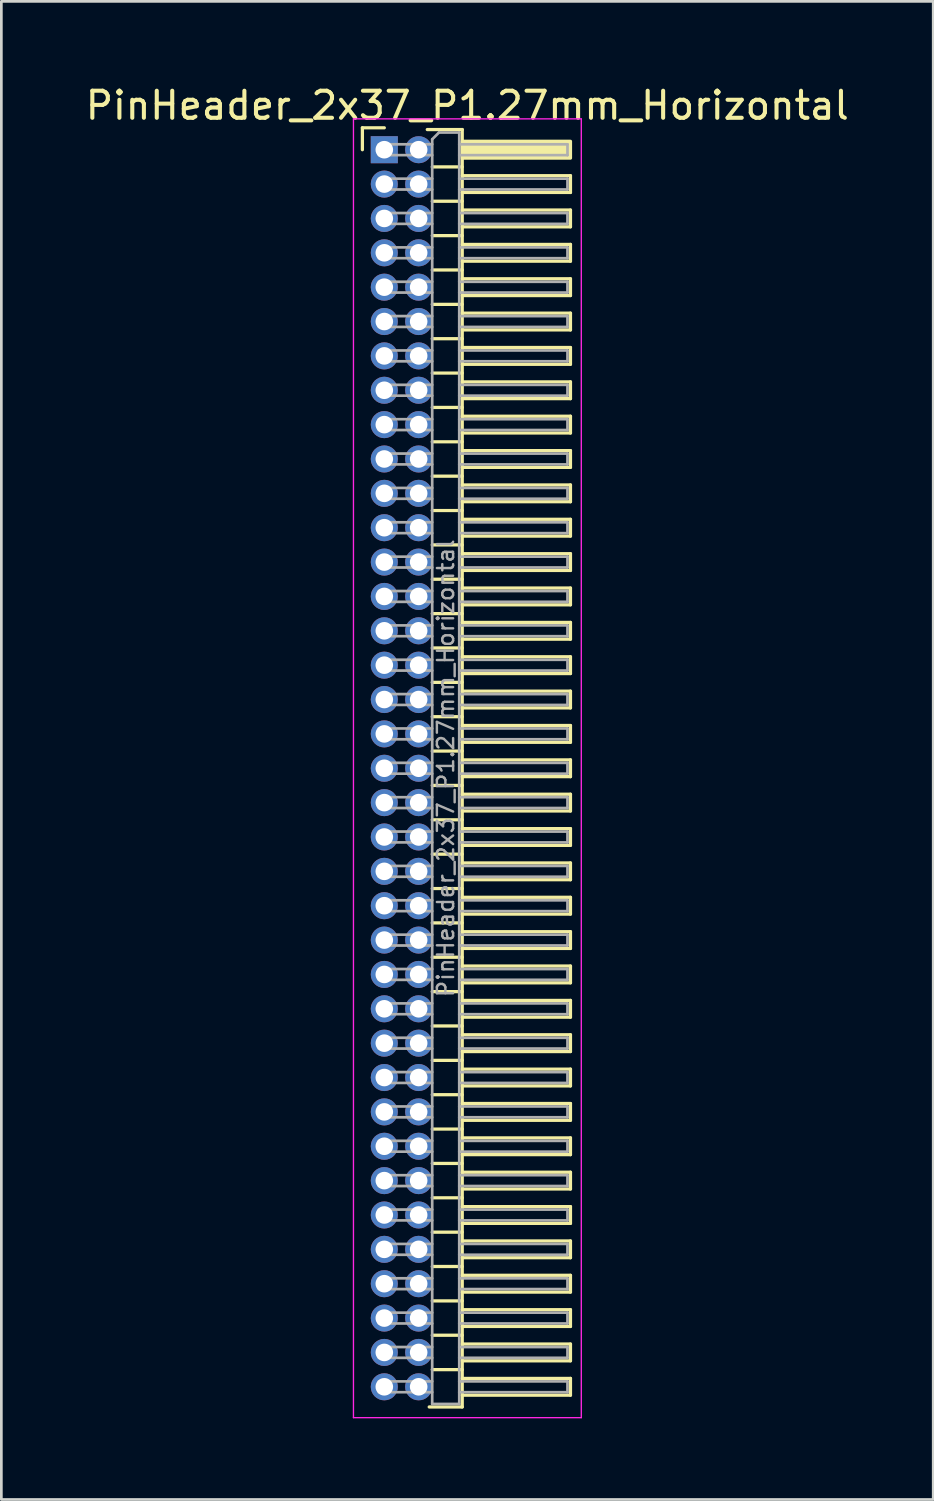
<source format=kicad_pcb>
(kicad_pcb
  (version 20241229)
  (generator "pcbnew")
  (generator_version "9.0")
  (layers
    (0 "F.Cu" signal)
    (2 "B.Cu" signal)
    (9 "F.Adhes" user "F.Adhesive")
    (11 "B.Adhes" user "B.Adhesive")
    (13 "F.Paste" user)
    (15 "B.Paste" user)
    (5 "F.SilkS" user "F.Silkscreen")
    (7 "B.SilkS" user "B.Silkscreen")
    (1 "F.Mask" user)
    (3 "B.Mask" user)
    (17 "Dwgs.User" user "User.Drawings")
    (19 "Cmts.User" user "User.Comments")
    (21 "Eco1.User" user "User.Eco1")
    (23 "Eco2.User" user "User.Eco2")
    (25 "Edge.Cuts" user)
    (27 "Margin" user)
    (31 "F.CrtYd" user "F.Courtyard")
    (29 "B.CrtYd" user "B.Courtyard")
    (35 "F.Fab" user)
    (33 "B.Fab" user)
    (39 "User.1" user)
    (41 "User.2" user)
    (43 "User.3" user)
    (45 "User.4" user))
  (footprint "PinHeader_2x37_P1.27mm_Horizontal"
    (layer "F.Cu")
    (at 11.153 2.483)
    (property "Reference" "PinHeader_2x37_P1.27mm_Horizontal" (at 3.067 -1.635 0) (layer "F.SilkS") (effects (font (size 1 1) (thickness 0.15))))
    (attr through_hole)
    (fp_line (start -0.81 -0.81) (end 0 -0.81) (stroke (width 0.12) (type solid)) (layer "F.SilkS"))
    (fp_line (start -0.81 0) (end -0.81 -0.81) (stroke (width 0.12) (type solid)) (layer "F.SilkS"))
    (fp_line (start 1.588 -0.745) (end 2.88 -0.745) (stroke (width 0.12) (type solid)) (layer "F.SilkS"))
    (fp_line (start 1.773 0.635) (end 2.88 0.635) (stroke (width 0.12) (type solid)) (layer "F.SilkS"))
    (fp_line (start 1.773 1.905) (end 2.88 1.905) (stroke (width 0.12) (type solid)) (layer "F.SilkS"))
    (fp_line (start 1.773 3.175) (end 2.88 3.175) (stroke (width 0.12) (type solid)) (layer "F.SilkS"))
    (fp_line (start 1.773 4.445) (end 2.88 4.445) (stroke (width 0.12) (type solid)) (layer "F.SilkS"))
    (fp_line (start 1.773 5.715) (end 2.88 5.715) (stroke (width 0.12) (type solid)) (layer "F.SilkS"))
    (fp_line (start 1.773 6.985) (end 2.88 6.985) (stroke (width 0.12) (type solid)) (layer "F.SilkS"))
    (fp_line (start 1.773 8.255) (end 2.88 8.255) (stroke (width 0.12) (type solid)) (layer "F.SilkS"))
    (fp_line (start 1.773 9.525) (end 2.88 9.525) (stroke (width 0.12) (type solid)) (layer "F.SilkS"))
    (fp_line (start 1.773 10.795) (end 2.88 10.795) (stroke (width 0.12) (type solid)) (layer "F.SilkS"))
    (fp_line (start 1.773 12.065) (end 2.88 12.065) (stroke (width 0.12) (type solid)) (layer "F.SilkS"))
    (fp_line (start 1.773 13.335) (end 2.88 13.335) (stroke (width 0.12) (type solid)) (layer "F.SilkS"))
    (fp_line (start 1.773 14.605) (end 2.88 14.605) (stroke (width 0.12) (type solid)) (layer "F.SilkS"))
    (fp_line (start 1.773 15.875) (end 2.88 15.875) (stroke (width 0.12) (type solid)) (layer "F.SilkS"))
    (fp_line (start 1.773 17.145) (end 2.88 17.145) (stroke (width 0.12) (type solid)) (layer "F.SilkS"))
    (fp_line (start 1.773 18.415) (end 2.88 18.415) (stroke (width 0.12) (type solid)) (layer "F.SilkS"))
    (fp_line (start 1.773 19.685) (end 2.88 19.685) (stroke (width 0.12) (type solid)) (layer "F.SilkS"))
    (fp_line (start 1.773 20.955) (end 2.88 20.955) (stroke (width 0.12) (type solid)) (layer "F.SilkS"))
    (fp_line (start 1.773 22.225) (end 2.88 22.225) (stroke (width 0.12) (type solid)) (layer "F.SilkS"))
    (fp_line (start 1.773 23.495) (end 2.88 23.495) (stroke (width 0.12) (type solid)) (layer "F.SilkS"))
    (fp_line (start 1.773 24.765) (end 2.88 24.765) (stroke (width 0.12) (type solid)) (layer "F.SilkS"))
    (fp_line (start 1.773 26.035) (end 2.88 26.035) (stroke (width 0.12) (type solid)) (layer "F.SilkS"))
    (fp_line (start 1.773 27.305) (end 2.88 27.305) (stroke (width 0.12) (type solid)) (layer "F.SilkS"))
    (fp_line (start 1.773 28.575) (end 2.88 28.575) (stroke (width 0.12) (type solid)) (layer "F.SilkS"))
    (fp_line (start 1.773 29.845) (end 2.88 29.845) (stroke (width 0.12) (type solid)) (layer "F.SilkS"))
    (fp_line (start 1.773 31.115) (end 2.88 31.115) (stroke (width 0.12) (type solid)) (layer "F.SilkS"))
    (fp_line (start 1.773 32.385) (end 2.88 32.385) (stroke (width 0.12) (type solid)) (layer "F.SilkS"))
    (fp_line (start 1.773 33.655) (end 2.88 33.655) (stroke (width 0.12) (type solid)) (layer "F.SilkS"))
    (fp_line (start 1.773 34.925) (end 2.88 34.925) (stroke (width 0.12) (type solid)) (layer "F.SilkS"))
    (fp_line (start 1.773 36.195) (end 2.88 36.195) (stroke (width 0.12) (type solid)) (layer "F.SilkS"))
    (fp_line (start 1.773 37.465) (end 2.88 37.465) (stroke (width 0.12) (type solid)) (layer "F.SilkS"))
    (fp_line (start 1.773 38.735) (end 2.88 38.735) (stroke (width 0.12) (type solid)) (layer "F.SilkS"))
    (fp_line (start 1.773 40.005) (end 2.88 40.005) (stroke (width 0.12) (type solid)) (layer "F.SilkS"))
    (fp_line (start 1.773 41.275) (end 2.88 41.275) (stroke (width 0.12) (type solid)) (layer "F.SilkS"))
    (fp_line (start 1.773 42.545) (end 2.88 42.545) (stroke (width 0.12) (type solid)) (layer "F.SilkS"))
    (fp_line (start 1.773 43.815) (end 2.88 43.815) (stroke (width 0.12) (type solid)) (layer "F.SilkS"))
    (fp_line (start 1.773 45.085) (end 2.88 45.085) (stroke (width 0.12) (type solid)) (layer "F.SilkS"))
    (fp_line (start 2.88 -0.745) (end 2.88 46.465) (stroke (width 0.12) (type solid)) (layer "F.SilkS"))
    (fp_line (start 2.88 0.96) (end 6.88 0.96) (stroke (width 0.12) (type solid)) (layer "F.SilkS"))
    (fp_line (start 2.88 2.23) (end 6.88 2.23) (stroke (width 0.12) (type solid)) (layer "F.SilkS"))
    (fp_line (start 2.88 3.5) (end 6.88 3.5) (stroke (width 0.12) (type solid)) (layer "F.SilkS"))
    (fp_line (start 2.88 4.77) (end 6.88 4.77) (stroke (width 0.12) (type solid)) (layer "F.SilkS"))
    (fp_line (start 2.88 6.04) (end 6.88 6.04) (stroke (width 0.12) (type solid)) (layer "F.SilkS"))
    (fp_line (start 2.88 7.31) (end 6.88 7.31) (stroke (width 0.12) (type solid)) (layer "F.SilkS"))
    (fp_line (start 2.88 8.58) (end 6.88 8.58) (stroke (width 0.12) (type solid)) (layer "F.SilkS"))
    (fp_line (start 2.88 9.85) (end 6.88 9.85) (stroke (width 0.12) (type solid)) (layer "F.SilkS"))
    (fp_line (start 2.88 11.12) (end 6.88 11.12) (stroke (width 0.12) (type solid)) (layer "F.SilkS"))
    (fp_line (start 2.88 12.39) (end 6.88 12.39) (stroke (width 0.12) (type solid)) (layer "F.SilkS"))
    (fp_line (start 2.88 13.66) (end 6.88 13.66) (stroke (width 0.12) (type solid)) (layer "F.SilkS"))
    (fp_line (start 2.88 14.93) (end 6.88 14.93) (stroke (width 0.12) (type solid)) (layer "F.SilkS"))
    (fp_line (start 2.88 16.2) (end 6.88 16.2) (stroke (width 0.12) (type solid)) (layer "F.SilkS"))
    (fp_line (start 2.88 17.47) (end 6.88 17.47) (stroke (width 0.12) (type solid)) (layer "F.SilkS"))
    (fp_line (start 2.88 18.74) (end 6.88 18.74) (stroke (width 0.12) (type solid)) (layer "F.SilkS"))
    (fp_line (start 2.88 20.01) (end 6.88 20.01) (stroke (width 0.12) (type solid)) (layer "F.SilkS"))
    (fp_line (start 2.88 21.28) (end 6.88 21.28) (stroke (width 0.12) (type solid)) (layer "F.SilkS"))
    (fp_line (start 2.88 22.55) (end 6.88 22.55) (stroke (width 0.12) (type solid)) (layer "F.SilkS"))
    (fp_line (start 2.88 23.82) (end 6.88 23.82) (stroke (width 0.12) (type solid)) (layer "F.SilkS"))
    (fp_line (start 2.88 25.09) (end 6.88 25.09) (stroke (width 0.12) (type solid)) (layer "F.SilkS"))
    (fp_line (start 2.88 26.36) (end 6.88 26.36) (stroke (width 0.12) (type solid)) (layer "F.SilkS"))
    (fp_line (start 2.88 27.63) (end 6.88 27.63) (stroke (width 0.12) (type solid)) (layer "F.SilkS"))
    (fp_line (start 2.88 28.9) (end 6.88 28.9) (stroke (width 0.12) (type solid)) (layer "F.SilkS"))
    (fp_line (start 2.88 30.17) (end 6.88 30.17) (stroke (width 0.12) (type solid)) (layer "F.SilkS"))
    (fp_line (start 2.88 31.44) (end 6.88 31.44) (stroke (width 0.12) (type solid)) (layer "F.SilkS"))
    (fp_line (start 2.88 32.71) (end 6.88 32.71) (stroke (width 0.12) (type solid)) (layer "F.SilkS"))
    (fp_line (start 2.88 33.98) (end 6.88 33.98) (stroke (width 0.12) (type solid)) (layer "F.SilkS"))
    (fp_line (start 2.88 35.25) (end 6.88 35.25) (stroke (width 0.12) (type solid)) (layer "F.SilkS"))
    (fp_line (start 2.88 36.52) (end 6.88 36.52) (stroke (width 0.12) (type solid)) (layer "F.SilkS"))
    (fp_line (start 2.88 37.79) (end 6.88 37.79) (stroke (width 0.12) (type solid)) (layer "F.SilkS"))
    (fp_line (start 2.88 39.06) (end 6.88 39.06) (stroke (width 0.12) (type solid)) (layer "F.SilkS"))
    (fp_line (start 2.88 40.33) (end 6.88 40.33) (stroke (width 0.12) (type solid)) (layer "F.SilkS"))
    (fp_line (start 2.88 41.6) (end 6.88 41.6) (stroke (width 0.12) (type solid)) (layer "F.SilkS"))
    (fp_line (start 2.88 42.87) (end 6.88 42.87) (stroke (width 0.12) (type solid)) (layer "F.SilkS"))
    (fp_line (start 2.88 44.14) (end 6.88 44.14) (stroke (width 0.12) (type solid)) (layer "F.SilkS"))
    (fp_line (start 2.88 45.41) (end 6.88 45.41) (stroke (width 0.12) (type solid)) (layer "F.SilkS"))
    (fp_line (start 2.88 46.465) (end 1.66 46.465) (stroke (width 0.12) (type solid)) (layer "F.SilkS"))
    (fp_line (start 6.88 0.96) (end 6.88 1.58) (stroke (width 0.12) (type solid)) (layer "F.SilkS"))
    (fp_line (start 6.88 1.58) (end 2.88 1.58) (stroke (width 0.12) (type solid)) (layer "F.SilkS"))
    (fp_line (start 6.88 2.23) (end 6.88 2.85) (stroke (width 0.12) (type solid)) (layer "F.SilkS"))
    (fp_line (start 6.88 2.85) (end 2.88 2.85) (stroke (width 0.12) (type solid)) (layer "F.SilkS"))
    (fp_line (start 6.88 3.5) (end 6.88 4.12) (stroke (width 0.12) (type solid)) (layer "F.SilkS"))
    (fp_line (start 6.88 4.12) (end 2.88 4.12) (stroke (width 0.12) (type solid)) (layer "F.SilkS"))
    (fp_line (start 6.88 4.77) (end 6.88 5.39) (stroke (width 0.12) (type solid)) (layer "F.SilkS"))
    (fp_line (start 6.88 5.39) (end 2.88 5.39) (stroke (width 0.12) (type solid)) (layer "F.SilkS"))
    (fp_line (start 6.88 6.04) (end 6.88 6.66) (stroke (width 0.12) (type solid)) (layer "F.SilkS"))
    (fp_line (start 6.88 6.66) (end 2.88 6.66) (stroke (width 0.12) (type solid)) (layer "F.SilkS"))
    (fp_line (start 6.88 7.31) (end 6.88 7.93) (stroke (width 0.12) (type solid)) (layer "F.SilkS"))
    (fp_line (start 6.88 7.93) (end 2.88 7.93) (stroke (width 0.12) (type solid)) (layer "F.SilkS"))
    (fp_line (start 6.88 8.58) (end 6.88 9.2) (stroke (width 0.12) (type solid)) (layer "F.SilkS"))
    (fp_line (start 6.88 9.2) (end 2.88 9.2) (stroke (width 0.12) (type solid)) (layer "F.SilkS"))
    (fp_line (start 6.88 9.85) (end 6.88 10.47) (stroke (width 0.12) (type solid)) (layer "F.SilkS"))
    (fp_line (start 6.88 10.47) (end 2.88 10.47) (stroke (width 0.12) (type solid)) (layer "F.SilkS"))
    (fp_line (start 6.88 11.12) (end 6.88 11.74) (stroke (width 0.12) (type solid)) (layer "F.SilkS"))
    (fp_line (start 6.88 11.74) (end 2.88 11.74) (stroke (width 0.12) (type solid)) (layer "F.SilkS"))
    (fp_line (start 6.88 12.39) (end 6.88 13.01) (stroke (width 0.12) (type solid)) (layer "F.SilkS"))
    (fp_line (start 6.88 13.01) (end 2.88 13.01) (stroke (width 0.12) (type solid)) (layer "F.SilkS"))
    (fp_line (start 6.88 13.66) (end 6.88 14.28) (stroke (width 0.12) (type solid)) (layer "F.SilkS"))
    (fp_line (start 6.88 14.28) (end 2.88 14.28) (stroke (width 0.12) (type solid)) (layer "F.SilkS"))
    (fp_line (start 6.88 14.93) (end 6.88 15.55) (stroke (width 0.12) (type solid)) (layer "F.SilkS"))
    (fp_line (start 6.88 15.55) (end 2.88 15.55) (stroke (width 0.12) (type solid)) (layer "F.SilkS"))
    (fp_line (start 6.88 16.2) (end 6.88 16.82) (stroke (width 0.12) (type solid)) (layer "F.SilkS"))
    (fp_line (start 6.88 16.82) (end 2.88 16.82) (stroke (width 0.12) (type solid)) (layer "F.SilkS"))
    (fp_line (start 6.88 17.47) (end 6.88 18.09) (stroke (width 0.12) (type solid)) (layer "F.SilkS"))
    (fp_line (start 6.88 18.09) (end 2.88 18.09) (stroke (width 0.12) (type solid)) (layer "F.SilkS"))
    (fp_line (start 6.88 18.74) (end 6.88 19.36) (stroke (width 0.12) (type solid)) (layer "F.SilkS"))
    (fp_line (start 6.88 19.36) (end 2.88 19.36) (stroke (width 0.12) (type solid)) (layer "F.SilkS"))
    (fp_line (start 6.88 20.01) (end 6.88 20.63) (stroke (width 0.12) (type solid)) (layer "F.SilkS"))
    (fp_line (start 6.88 20.63) (end 2.88 20.63) (stroke (width 0.12) (type solid)) (layer "F.SilkS"))
    (fp_line (start 6.88 21.28) (end 6.88 21.9) (stroke (width 0.12) (type solid)) (layer "F.SilkS"))
    (fp_line (start 6.88 21.9) (end 2.88 21.9) (stroke (width 0.12) (type solid)) (layer "F.SilkS"))
    (fp_line (start 6.88 22.55) (end 6.88 23.17) (stroke (width 0.12) (type solid)) (layer "F.SilkS"))
    (fp_line (start 6.88 23.17) (end 2.88 23.17) (stroke (width 0.12) (type solid)) (layer "F.SilkS"))
    (fp_line (start 6.88 23.82) (end 6.88 24.44) (stroke (width 0.12) (type solid)) (layer "F.SilkS"))
    (fp_line (start 6.88 24.44) (end 2.88 24.44) (stroke (width 0.12) (type solid)) (layer "F.SilkS"))
    (fp_line (start 6.88 25.09) (end 6.88 25.71) (stroke (width 0.12) (type solid)) (layer "F.SilkS"))
    (fp_line (start 6.88 25.71) (end 2.88 25.71) (stroke (width 0.12) (type solid)) (layer "F.SilkS"))
    (fp_line (start 6.88 26.36) (end 6.88 26.98) (stroke (width 0.12) (type solid)) (layer "F.SilkS"))
    (fp_line (start 6.88 26.98) (end 2.88 26.98) (stroke (width 0.12) (type solid)) (layer "F.SilkS"))
    (fp_line (start 6.88 27.63) (end 6.88 28.25) (stroke (width 0.12) (type solid)) (layer "F.SilkS"))
    (fp_line (start 6.88 28.25) (end 2.88 28.25) (stroke (width 0.12) (type solid)) (layer "F.SilkS"))
    (fp_line (start 6.88 28.9) (end 6.88 29.52) (stroke (width 0.12) (type solid)) (layer "F.SilkS"))
    (fp_line (start 6.88 29.52) (end 2.88 29.52) (stroke (width 0.12) (type solid)) (layer "F.SilkS"))
    (fp_line (start 6.88 30.17) (end 6.88 30.79) (stroke (width 0.12) (type solid)) (layer "F.SilkS"))
    (fp_line (start 6.88 30.79) (end 2.88 30.79) (stroke (width 0.12) (type solid)) (layer "F.SilkS"))
    (fp_line (start 6.88 31.44) (end 6.88 32.06) (stroke (width 0.12) (type solid)) (layer "F.SilkS"))
    (fp_line (start 6.88 32.06) (end 2.88 32.06) (stroke (width 0.12) (type solid)) (layer "F.SilkS"))
    (fp_line (start 6.88 32.71) (end 6.88 33.33) (stroke (width 0.12) (type solid)) (layer "F.SilkS"))
    (fp_line (start 6.88 33.33) (end 2.88 33.33) (stroke (width 0.12) (type solid)) (layer "F.SilkS"))
    (fp_line (start 6.88 33.98) (end 6.88 34.6) (stroke (width 0.12) (type solid)) (layer "F.SilkS"))
    (fp_line (start 6.88 34.6) (end 2.88 34.6) (stroke (width 0.12) (type solid)) (layer "F.SilkS"))
    (fp_line (start 6.88 35.25) (end 6.88 35.87) (stroke (width 0.12) (type solid)) (layer "F.SilkS"))
    (fp_line (start 6.88 35.87) (end 2.88 35.87) (stroke (width 0.12) (type solid)) (layer "F.SilkS"))
    (fp_line (start 6.88 36.52) (end 6.88 37.14) (stroke (width 0.12) (type solid)) (layer "F.SilkS"))
    (fp_line (start 6.88 37.14) (end 2.88 37.14) (stroke (width 0.12) (type solid)) (layer "F.SilkS"))
    (fp_line (start 6.88 37.79) (end 6.88 38.41) (stroke (width 0.12) (type solid)) (layer "F.SilkS"))
    (fp_line (start 6.88 38.41) (end 2.88 38.41) (stroke (width 0.12) (type solid)) (layer "F.SilkS"))
    (fp_line (start 6.88 39.06) (end 6.88 39.68) (stroke (width 0.12) (type solid)) (layer "F.SilkS"))
    (fp_line (start 6.88 39.68) (end 2.88 39.68) (stroke (width 0.12) (type solid)) (layer "F.SilkS"))
    (fp_line (start 6.88 40.33) (end 6.88 40.95) (stroke (width 0.12) (type solid)) (layer "F.SilkS"))
    (fp_line (start 6.88 40.95) (end 2.88 40.95) (stroke (width 0.12) (type solid)) (layer "F.SilkS"))
    (fp_line (start 6.88 41.6) (end 6.88 42.22) (stroke (width 0.12) (type solid)) (layer "F.SilkS"))
    (fp_line (start 6.88 42.22) (end 2.88 42.22) (stroke (width 0.12) (type solid)) (layer "F.SilkS"))
    (fp_line (start 6.88 42.87) (end 6.88 43.49) (stroke (width 0.12) (type solid)) (layer "F.SilkS"))
    (fp_line (start 6.88 43.49) (end 2.88 43.49) (stroke (width 0.12) (type solid)) (layer "F.SilkS"))
    (fp_line (start 6.88 44.14) (end 6.88 44.76) (stroke (width 0.12) (type solid)) (layer "F.SilkS"))
    (fp_line (start 6.88 44.76) (end 2.88 44.76) (stroke (width 0.12) (type solid)) (layer "F.SilkS"))
    (fp_line (start 6.88 45.41) (end 6.88 46.03) (stroke (width 0.12) (type solid)) (layer "F.SilkS"))
    (fp_line (start 6.88 46.03) (end 2.88 46.03) (stroke (width 0.12) (type solid)) (layer "F.SilkS"))
    (fp_rect (start 2.88 -0.31) (end 6.88 0.31) (stroke (width 0.12) (type solid)) (fill yes) (layer "F.SilkS"))
    (fp_line (start -1.14 -1.14) (end -1.14 46.86) (stroke (width 0.05) (type solid)) (layer "F.CrtYd"))
    (fp_line (start -1.14 46.86) (end 7.28 46.86) (stroke (width 0.05) (type solid)) (layer "F.CrtYd"))
    (fp_line (start 7.28 -1.14) (end -1.14 -1.14) (stroke (width 0.05) (type solid)) (layer "F.CrtYd"))
    (fp_line (start 7.28 46.86) (end 7.28 -1.14) (stroke (width 0.05) (type solid)) (layer "F.CrtYd"))
    (fp_line (start -0.2 -0.2) (end -0.2 0.2) (stroke (width 0.1) (type solid)) (layer "F.Fab"))
    (fp_line (start -0.2 -0.2) (end 1.77 -0.2) (stroke (width 0.1) (type solid)) (layer "F.Fab"))
    (fp_line (start -0.2 0.2) (end 1.77 0.2) (stroke (width 0.1) (type solid)) (layer "F.Fab"))
    (fp_line (start -0.2 1.07) (end -0.2 1.47) (stroke (width 0.1) (type solid)) (layer "F.Fab"))
    (fp_line (start -0.2 1.07) (end 1.77 1.07) (stroke (width 0.1) (type solid)) (layer "F.Fab"))
    (fp_line (start -0.2 1.47) (end 1.77 1.47) (stroke (width 0.1) (type solid)) (layer "F.Fab"))
    (fp_line (start -0.2 2.34) (end -0.2 2.74) (stroke (width 0.1) (type solid)) (layer "F.Fab"))
    (fp_line (start -0.2 2.34) (end 1.77 2.34) (stroke (width 0.1) (type solid)) (layer "F.Fab"))
    (fp_line (start -0.2 2.74) (end 1.77 2.74) (stroke (width 0.1) (type solid)) (layer "F.Fab"))
    (fp_line (start -0.2 3.61) (end -0.2 4.01) (stroke (width 0.1) (type solid)) (layer "F.Fab"))
    (fp_line (start -0.2 3.61) (end 1.77 3.61) (stroke (width 0.1) (type solid)) (layer "F.Fab"))
    (fp_line (start -0.2 4.01) (end 1.77 4.01) (stroke (width 0.1) (type solid)) (layer "F.Fab"))
    (fp_line (start -0.2 4.88) (end -0.2 5.28) (stroke (width 0.1) (type solid)) (layer "F.Fab"))
    (fp_line (start -0.2 4.88) (end 1.77 4.88) (stroke (width 0.1) (type solid)) (layer "F.Fab"))
    (fp_line (start -0.2 5.28) (end 1.77 5.28) (stroke (width 0.1) (type solid)) (layer "F.Fab"))
    (fp_line (start -0.2 6.15) (end -0.2 6.55) (stroke (width 0.1) (type solid)) (layer "F.Fab"))
    (fp_line (start -0.2 6.15) (end 1.77 6.15) (stroke (width 0.1) (type solid)) (layer "F.Fab"))
    (fp_line (start -0.2 6.55) (end 1.77 6.55) (stroke (width 0.1) (type solid)) (layer "F.Fab"))
    (fp_line (start -0.2 7.42) (end -0.2 7.82) (stroke (width 0.1) (type solid)) (layer "F.Fab"))
    (fp_line (start -0.2 7.42) (end 1.77 7.42) (stroke (width 0.1) (type solid)) (layer "F.Fab"))
    (fp_line (start -0.2 7.82) (end 1.77 7.82) (stroke (width 0.1) (type solid)) (layer "F.Fab"))
    (fp_line (start -0.2 8.69) (end -0.2 9.09) (stroke (width 0.1) (type solid)) (layer "F.Fab"))
    (fp_line (start -0.2 8.69) (end 1.77 8.69) (stroke (width 0.1) (type solid)) (layer "F.Fab"))
    (fp_line (start -0.2 9.09) (end 1.77 9.09) (stroke (width 0.1) (type solid)) (layer "F.Fab"))
    (fp_line (start -0.2 9.96) (end -0.2 10.36) (stroke (width 0.1) (type solid)) (layer "F.Fab"))
    (fp_line (start -0.2 9.96) (end 1.77 9.96) (stroke (width 0.1) (type solid)) (layer "F.Fab"))
    (fp_line (start -0.2 10.36) (end 1.77 10.36) (stroke (width 0.1) (type solid)) (layer "F.Fab"))
    (fp_line (start -0.2 11.23) (end -0.2 11.63) (stroke (width 0.1) (type solid)) (layer "F.Fab"))
    (fp_line (start -0.2 11.23) (end 1.77 11.23) (stroke (width 0.1) (type solid)) (layer "F.Fab"))
    (fp_line (start -0.2 11.63) (end 1.77 11.63) (stroke (width 0.1) (type solid)) (layer "F.Fab"))
    (fp_line (start -0.2 12.5) (end -0.2 12.9) (stroke (width 0.1) (type solid)) (layer "F.Fab"))
    (fp_line (start -0.2 12.5) (end 1.77 12.5) (stroke (width 0.1) (type solid)) (layer "F.Fab"))
    (fp_line (start -0.2 12.9) (end 1.77 12.9) (stroke (width 0.1) (type solid)) (layer "F.Fab"))
    (fp_line (start -0.2 13.77) (end -0.2 14.17) (stroke (width 0.1) (type solid)) (layer "F.Fab"))
    (fp_line (start -0.2 13.77) (end 1.77 13.77) (stroke (width 0.1) (type solid)) (layer "F.Fab"))
    (fp_line (start -0.2 14.17) (end 1.77 14.17) (stroke (width 0.1) (type solid)) (layer "F.Fab"))
    (fp_line (start -0.2 15.04) (end -0.2 15.44) (stroke (width 0.1) (type solid)) (layer "F.Fab"))
    (fp_line (start -0.2 15.04) (end 1.77 15.04) (stroke (width 0.1) (type solid)) (layer "F.Fab"))
    (fp_line (start -0.2 15.44) (end 1.77 15.44) (stroke (width 0.1) (type solid)) (layer "F.Fab"))
    (fp_line (start -0.2 16.31) (end -0.2 16.71) (stroke (width 0.1) (type solid)) (layer "F.Fab"))
    (fp_line (start -0.2 16.31) (end 1.77 16.31) (stroke (width 0.1) (type solid)) (layer "F.Fab"))
    (fp_line (start -0.2 16.71) (end 1.77 16.71) (stroke (width 0.1) (type solid)) (layer "F.Fab"))
    (fp_line (start -0.2 17.58) (end -0.2 17.98) (stroke (width 0.1) (type solid)) (layer "F.Fab"))
    (fp_line (start -0.2 17.58) (end 1.77 17.58) (stroke (width 0.1) (type solid)) (layer "F.Fab"))
    (fp_line (start -0.2 17.98) (end 1.77 17.98) (stroke (width 0.1) (type solid)) (layer "F.Fab"))
    (fp_line (start -0.2 18.85) (end -0.2 19.25) (stroke (width 0.1) (type solid)) (layer "F.Fab"))
    (fp_line (start -0.2 18.85) (end 1.77 18.85) (stroke (width 0.1) (type solid)) (layer "F.Fab"))
    (fp_line (start -0.2 19.25) (end 1.77 19.25) (stroke (width 0.1) (type solid)) (layer "F.Fab"))
    (fp_line (start -0.2 20.12) (end -0.2 20.52) (stroke (width 0.1) (type solid)) (layer "F.Fab"))
    (fp_line (start -0.2 20.12) (end 1.77 20.12) (stroke (width 0.1) (type solid)) (layer "F.Fab"))
    (fp_line (start -0.2 20.52) (end 1.77 20.52) (stroke (width 0.1) (type solid)) (layer "F.Fab"))
    (fp_line (start -0.2 21.39) (end -0.2 21.79) (stroke (width 0.1) (type solid)) (layer "F.Fab"))
    (fp_line (start -0.2 21.39) (end 1.77 21.39) (stroke (width 0.1) (type solid)) (layer "F.Fab"))
    (fp_line (start -0.2 21.79) (end 1.77 21.79) (stroke (width 0.1) (type solid)) (layer "F.Fab"))
    (fp_line (start -0.2 22.66) (end -0.2 23.06) (stroke (width 0.1) (type solid)) (layer "F.Fab"))
    (fp_line (start -0.2 22.66) (end 1.77 22.66) (stroke (width 0.1) (type solid)) (layer "F.Fab"))
    (fp_line (start -0.2 23.06) (end 1.77 23.06) (stroke (width 0.1) (type solid)) (layer "F.Fab"))
    (fp_line (start -0.2 23.93) (end -0.2 24.33) (stroke (width 0.1) (type solid)) (layer "F.Fab"))
    (fp_line (start -0.2 23.93) (end 1.77 23.93) (stroke (width 0.1) (type solid)) (layer "F.Fab"))
    (fp_line (start -0.2 24.33) (end 1.77 24.33) (stroke (width 0.1) (type solid)) (layer "F.Fab"))
    (fp_line (start -0.2 25.2) (end -0.2 25.6) (stroke (width 0.1) (type solid)) (layer "F.Fab"))
    (fp_line (start -0.2 25.2) (end 1.77 25.2) (stroke (width 0.1) (type solid)) (layer "F.Fab"))
    (fp_line (start -0.2 25.6) (end 1.77 25.6) (stroke (width 0.1) (type solid)) (layer "F.Fab"))
    (fp_line (start -0.2 26.47) (end -0.2 26.87) (stroke (width 0.1) (type solid)) (layer "F.Fab"))
    (fp_line (start -0.2 26.47) (end 1.77 26.47) (stroke (width 0.1) (type solid)) (layer "F.Fab"))
    (fp_line (start -0.2 26.87) (end 1.77 26.87) (stroke (width 0.1) (type solid)) (layer "F.Fab"))
    (fp_line (start -0.2 27.74) (end -0.2 28.14) (stroke (width 0.1) (type solid)) (layer "F.Fab"))
    (fp_line (start -0.2 27.74) (end 1.77 27.74) (stroke (width 0.1) (type solid)) (layer "F.Fab"))
    (fp_line (start -0.2 28.14) (end 1.77 28.14) (stroke (width 0.1) (type solid)) (layer "F.Fab"))
    (fp_line (start -0.2 29.01) (end -0.2 29.41) (stroke (width 0.1) (type solid)) (layer "F.Fab"))
    (fp_line (start -0.2 29.01) (end 1.77 29.01) (stroke (width 0.1) (type solid)) (layer "F.Fab"))
    (fp_line (start -0.2 29.41) (end 1.77 29.41) (stroke (width 0.1) (type solid)) (layer "F.Fab"))
    (fp_line (start -0.2 30.28) (end -0.2 30.68) (stroke (width 0.1) (type solid)) (layer "F.Fab"))
    (fp_line (start -0.2 30.28) (end 1.77 30.28) (stroke (width 0.1) (type solid)) (layer "F.Fab"))
    (fp_line (start -0.2 30.68) (end 1.77 30.68) (stroke (width 0.1) (type solid)) (layer "F.Fab"))
    (fp_line (start -0.2 31.55) (end -0.2 31.95) (stroke (width 0.1) (type solid)) (layer "F.Fab"))
    (fp_line (start -0.2 31.55) (end 1.77 31.55) (stroke (width 0.1) (type solid)) (layer "F.Fab"))
    (fp_line (start -0.2 31.95) (end 1.77 31.95) (stroke (width 0.1) (type solid)) (layer "F.Fab"))
    (fp_line (start -0.2 32.82) (end -0.2 33.22) (stroke (width 0.1) (type solid)) (layer "F.Fab"))
    (fp_line (start -0.2 32.82) (end 1.77 32.82) (stroke (width 0.1) (type solid)) (layer "F.Fab"))
    (fp_line (start -0.2 33.22) (end 1.77 33.22) (stroke (width 0.1) (type solid)) (layer "F.Fab"))
    (fp_line (start -0.2 34.09) (end -0.2 34.49) (stroke (width 0.1) (type solid)) (layer "F.Fab"))
    (fp_line (start -0.2 34.09) (end 1.77 34.09) (stroke (width 0.1) (type solid)) (layer "F.Fab"))
    (fp_line (start -0.2 34.49) (end 1.77 34.49) (stroke (width 0.1) (type solid)) (layer "F.Fab"))
    (fp_line (start -0.2 35.36) (end -0.2 35.76) (stroke (width 0.1) (type solid)) (layer "F.Fab"))
    (fp_line (start -0.2 35.36) (end 1.77 35.36) (stroke (width 0.1) (type solid)) (layer "F.Fab"))
    (fp_line (start -0.2 35.76) (end 1.77 35.76) (stroke (width 0.1) (type solid)) (layer "F.Fab"))
    (fp_line (start -0.2 36.63) (end -0.2 37.03) (stroke (width 0.1) (type solid)) (layer "F.Fab"))
    (fp_line (start -0.2 36.63) (end 1.77 36.63) (stroke (width 0.1) (type solid)) (layer "F.Fab"))
    (fp_line (start -0.2 37.03) (end 1.77 37.03) (stroke (width 0.1) (type solid)) (layer "F.Fab"))
    (fp_line (start -0.2 37.9) (end -0.2 38.3) (stroke (width 0.1) (type solid)) (layer "F.Fab"))
    (fp_line (start -0.2 37.9) (end 1.77 37.9) (stroke (width 0.1) (type solid)) (layer "F.Fab"))
    (fp_line (start -0.2 38.3) (end 1.77 38.3) (stroke (width 0.1) (type solid)) (layer "F.Fab"))
    (fp_line (start -0.2 39.17) (end -0.2 39.57) (stroke (width 0.1) (type solid)) (layer "F.Fab"))
    (fp_line (start -0.2 39.17) (end 1.77 39.17) (stroke (width 0.1) (type solid)) (layer "F.Fab"))
    (fp_line (start -0.2 39.57) (end 1.77 39.57) (stroke (width 0.1) (type solid)) (layer "F.Fab"))
    (fp_line (start -0.2 40.44) (end -0.2 40.84) (stroke (width 0.1) (type solid)) (layer "F.Fab"))
    (fp_line (start -0.2 40.44) (end 1.77 40.44) (stroke (width 0.1) (type solid)) (layer "F.Fab"))
    (fp_line (start -0.2 40.84) (end 1.77 40.84) (stroke (width 0.1) (type solid)) (layer "F.Fab"))
    (fp_line (start -0.2 41.71) (end -0.2 42.11) (stroke (width 0.1) (type solid)) (layer "F.Fab"))
    (fp_line (start -0.2 41.71) (end 1.77 41.71) (stroke (width 0.1) (type solid)) (layer "F.Fab"))
    (fp_line (start -0.2 42.11) (end 1.77 42.11) (stroke (width 0.1) (type solid)) (layer "F.Fab"))
    (fp_line (start -0.2 42.98) (end -0.2 43.38) (stroke (width 0.1) (type solid)) (layer "F.Fab"))
    (fp_line (start -0.2 42.98) (end 1.77 42.98) (stroke (width 0.1) (type solid)) (layer "F.Fab"))
    (fp_line (start -0.2 43.38) (end 1.77 43.38) (stroke (width 0.1) (type solid)) (layer "F.Fab"))
    (fp_line (start -0.2 44.25) (end -0.2 44.65) (stroke (width 0.1) (type solid)) (layer "F.Fab"))
    (fp_line (start -0.2 44.25) (end 1.77 44.25) (stroke (width 0.1) (type solid)) (layer "F.Fab"))
    (fp_line (start -0.2 44.65) (end 1.77 44.65) (stroke (width 0.1) (type solid)) (layer "F.Fab"))
    (fp_line (start -0.2 45.52) (end -0.2 45.92) (stroke (width 0.1) (type solid)) (layer "F.Fab"))
    (fp_line (start -0.2 45.52) (end 1.77 45.52) (stroke (width 0.1) (type solid)) (layer "F.Fab"))
    (fp_line (start -0.2 45.92) (end 1.77 45.92) (stroke (width 0.1) (type solid)) (layer "F.Fab"))
    (fp_line (start 1.77 -0.385) (end 2.02 -0.635) (stroke (width 0.1) (type solid)) (layer "F.Fab"))
    (fp_line (start 1.77 46.355) (end 1.77 -0.385) (stroke (width 0.1) (type solid)) (layer "F.Fab"))
    (fp_line (start 2.02 -0.635) (end 2.77 -0.635) (stroke (width 0.1) (type solid)) (layer "F.Fab"))
    (fp_line (start 2.77 -0.635) (end 2.77 46.355) (stroke (width 0.1) (type solid)) (layer "F.Fab"))
    (fp_line (start 2.77 -0.2) (end 6.77 -0.2) (stroke (width 0.1) (type solid)) (layer "F.Fab"))
    (fp_line (start 2.77 0.2) (end 6.77 0.2) (stroke (width 0.1) (type solid)) (layer "F.Fab"))
    (fp_line (start 2.77 1.07) (end 6.77 1.07) (stroke (width 0.1) (type solid)) (layer "F.Fab"))
    (fp_line (start 2.77 1.47) (end 6.77 1.47) (stroke (width 0.1) (type solid)) (layer "F.Fab"))
    (fp_line (start 2.77 2.34) (end 6.77 2.34) (stroke (width 0.1) (type solid)) (layer "F.Fab"))
    (fp_line (start 2.77 2.74) (end 6.77 2.74) (stroke (width 0.1) (type solid)) (layer "F.Fab"))
    (fp_line (start 2.77 3.61) (end 6.77 3.61) (stroke (width 0.1) (type solid)) (layer "F.Fab"))
    (fp_line (start 2.77 4.01) (end 6.77 4.01) (stroke (width 0.1) (type solid)) (layer "F.Fab"))
    (fp_line (start 2.77 4.88) (end 6.77 4.88) (stroke (width 0.1) (type solid)) (layer "F.Fab"))
    (fp_line (start 2.77 5.28) (end 6.77 5.28) (stroke (width 0.1) (type solid)) (layer "F.Fab"))
    (fp_line (start 2.77 6.15) (end 6.77 6.15) (stroke (width 0.1) (type solid)) (layer "F.Fab"))
    (fp_line (start 2.77 6.55) (end 6.77 6.55) (stroke (width 0.1) (type solid)) (layer "F.Fab"))
    (fp_line (start 2.77 7.42) (end 6.77 7.42) (stroke (width 0.1) (type solid)) (layer "F.Fab"))
    (fp_line (start 2.77 7.82) (end 6.77 7.82) (stroke (width 0.1) (type solid)) (layer "F.Fab"))
    (fp_line (start 2.77 8.69) (end 6.77 8.69) (stroke (width 0.1) (type solid)) (layer "F.Fab"))
    (fp_line (start 2.77 9.09) (end 6.77 9.09) (stroke (width 0.1) (type solid)) (layer "F.Fab"))
    (fp_line (start 2.77 9.96) (end 6.77 9.96) (stroke (width 0.1) (type solid)) (layer "F.Fab"))
    (fp_line (start 2.77 10.36) (end 6.77 10.36) (stroke (width 0.1) (type solid)) (layer "F.Fab"))
    (fp_line (start 2.77 11.23) (end 6.77 11.23) (stroke (width 0.1) (type solid)) (layer "F.Fab"))
    (fp_line (start 2.77 11.63) (end 6.77 11.63) (stroke (width 0.1) (type solid)) (layer "F.Fab"))
    (fp_line (start 2.77 12.5) (end 6.77 12.5) (stroke (width 0.1) (type solid)) (layer "F.Fab"))
    (fp_line (start 2.77 12.9) (end 6.77 12.9) (stroke (width 0.1) (type solid)) (layer "F.Fab"))
    (fp_line (start 2.77 13.77) (end 6.77 13.77) (stroke (width 0.1) (type solid)) (layer "F.Fab"))
    (fp_line (start 2.77 14.17) (end 6.77 14.17) (stroke (width 0.1) (type solid)) (layer "F.Fab"))
    (fp_line (start 2.77 15.04) (end 6.77 15.04) (stroke (width 0.1) (type solid)) (layer "F.Fab"))
    (fp_line (start 2.77 15.44) (end 6.77 15.44) (stroke (width 0.1) (type solid)) (layer "F.Fab"))
    (fp_line (start 2.77 16.31) (end 6.77 16.31) (stroke (width 0.1) (type solid)) (layer "F.Fab"))
    (fp_line (start 2.77 16.71) (end 6.77 16.71) (stroke (width 0.1) (type solid)) (layer "F.Fab"))
    (fp_line (start 2.77 17.58) (end 6.77 17.58) (stroke (width 0.1) (type solid)) (layer "F.Fab"))
    (fp_line (start 2.77 17.98) (end 6.77 17.98) (stroke (width 0.1) (type solid)) (layer "F.Fab"))
    (fp_line (start 2.77 18.85) (end 6.77 18.85) (stroke (width 0.1) (type solid)) (layer "F.Fab"))
    (fp_line (start 2.77 19.25) (end 6.77 19.25) (stroke (width 0.1) (type solid)) (layer "F.Fab"))
    (fp_line (start 2.77 20.12) (end 6.77 20.12) (stroke (width 0.1) (type solid)) (layer "F.Fab"))
    (fp_line (start 2.77 20.52) (end 6.77 20.52) (stroke (width 0.1) (type solid)) (layer "F.Fab"))
    (fp_line (start 2.77 21.39) (end 6.77 21.39) (stroke (width 0.1) (type solid)) (layer "F.Fab"))
    (fp_line (start 2.77 21.79) (end 6.77 21.79) (stroke (width 0.1) (type solid)) (layer "F.Fab"))
    (fp_line (start 2.77 22.66) (end 6.77 22.66) (stroke (width 0.1) (type solid)) (layer "F.Fab"))
    (fp_line (start 2.77 23.06) (end 6.77 23.06) (stroke (width 0.1) (type solid)) (layer "F.Fab"))
    (fp_line (start 2.77 23.93) (end 6.77 23.93) (stroke (width 0.1) (type solid)) (layer "F.Fab"))
    (fp_line (start 2.77 24.33) (end 6.77 24.33) (stroke (width 0.1) (type solid)) (layer "F.Fab"))
    (fp_line (start 2.77 25.2) (end 6.77 25.2) (stroke (width 0.1) (type solid)) (layer "F.Fab"))
    (fp_line (start 2.77 25.6) (end 6.77 25.6) (stroke (width 0.1) (type solid)) (layer "F.Fab"))
    (fp_line (start 2.77 26.47) (end 6.77 26.47) (stroke (width 0.1) (type solid)) (layer "F.Fab"))
    (fp_line (start 2.77 26.87) (end 6.77 26.87) (stroke (width 0.1) (type solid)) (layer "F.Fab"))
    (fp_line (start 2.77 27.74) (end 6.77 27.74) (stroke (width 0.1) (type solid)) (layer "F.Fab"))
    (fp_line (start 2.77 28.14) (end 6.77 28.14) (stroke (width 0.1) (type solid)) (layer "F.Fab"))
    (fp_line (start 2.77 29.01) (end 6.77 29.01) (stroke (width 0.1) (type solid)) (layer "F.Fab"))
    (fp_line (start 2.77 29.41) (end 6.77 29.41) (stroke (width 0.1) (type solid)) (layer "F.Fab"))
    (fp_line (start 2.77 30.28) (end 6.77 30.28) (stroke (width 0.1) (type solid)) (layer "F.Fab"))
    (fp_line (start 2.77 30.68) (end 6.77 30.68) (stroke (width 0.1) (type solid)) (layer "F.Fab"))
    (fp_line (start 2.77 31.55) (end 6.77 31.55) (stroke (width 0.1) (type solid)) (layer "F.Fab"))
    (fp_line (start 2.77 31.95) (end 6.77 31.95) (stroke (width 0.1) (type solid)) (layer "F.Fab"))
    (fp_line (start 2.77 32.82) (end 6.77 32.82) (stroke (width 0.1) (type solid)) (layer "F.Fab"))
    (fp_line (start 2.77 33.22) (end 6.77 33.22) (stroke (width 0.1) (type solid)) (layer "F.Fab"))
    (fp_line (start 2.77 34.09) (end 6.77 34.09) (stroke (width 0.1) (type solid)) (layer "F.Fab"))
    (fp_line (start 2.77 34.49) (end 6.77 34.49) (stroke (width 0.1) (type solid)) (layer "F.Fab"))
    (fp_line (start 2.77 35.36) (end 6.77 35.36) (stroke (width 0.1) (type solid)) (layer "F.Fab"))
    (fp_line (start 2.77 35.76) (end 6.77 35.76) (stroke (width 0.1) (type solid)) (layer "F.Fab"))
    (fp_line (start 2.77 36.63) (end 6.77 36.63) (stroke (width 0.1) (type solid)) (layer "F.Fab"))
    (fp_line (start 2.77 37.03) (end 6.77 37.03) (stroke (width 0.1) (type solid)) (layer "F.Fab"))
    (fp_line (start 2.77 37.9) (end 6.77 37.9) (stroke (width 0.1) (type solid)) (layer "F.Fab"))
    (fp_line (start 2.77 38.3) (end 6.77 38.3) (stroke (width 0.1) (type solid)) (layer "F.Fab"))
    (fp_line (start 2.77 39.17) (end 6.77 39.17) (stroke (width 0.1) (type solid)) (layer "F.Fab"))
    (fp_line (start 2.77 39.57) (end 6.77 39.57) (stroke (width 0.1) (type solid)) (layer "F.Fab"))
    (fp_line (start 2.77 40.44) (end 6.77 40.44) (stroke (width 0.1) (type solid)) (layer "F.Fab"))
    (fp_line (start 2.77 40.84) (end 6.77 40.84) (stroke (width 0.1) (type solid)) (layer "F.Fab"))
    (fp_line (start 2.77 41.71) (end 6.77 41.71) (stroke (width 0.1) (type solid)) (layer "F.Fab"))
    (fp_line (start 2.77 42.11) (end 6.77 42.11) (stroke (width 0.1) (type solid)) (layer "F.Fab"))
    (fp_line (start 2.77 42.98) (end 6.77 42.98) (stroke (width 0.1) (type solid)) (layer "F.Fab"))
    (fp_line (start 2.77 43.38) (end 6.77 43.38) (stroke (width 0.1) (type solid)) (layer "F.Fab"))
    (fp_line (start 2.77 44.25) (end 6.77 44.25) (stroke (width 0.1) (type solid)) (layer "F.Fab"))
    (fp_line (start 2.77 44.65) (end 6.77 44.65) (stroke (width 0.1) (type solid)) (layer "F.Fab"))
    (fp_line (start 2.77 45.52) (end 6.77 45.52) (stroke (width 0.1) (type solid)) (layer "F.Fab"))
    (fp_line (start 2.77 45.92) (end 6.77 45.92) (stroke (width 0.1) (type solid)) (layer "F.Fab"))
    (fp_line (start 2.77 46.355) (end 1.77 46.355) (stroke (width 0.1) (type solid)) (layer "F.Fab"))
    (fp_line (start 6.77 -0.2) (end 6.77 0.2) (stroke (width 0.1) (type solid)) (layer "F.Fab"))
    (fp_line (start 6.77 1.07) (end 6.77 1.47) (stroke (width 0.1) (type solid)) (layer "F.Fab"))
    (fp_line (start 6.77 2.34) (end 6.77 2.74) (stroke (width 0.1) (type solid)) (layer "F.Fab"))
    (fp_line (start 6.77 3.61) (end 6.77 4.01) (stroke (width 0.1) (type solid)) (layer "F.Fab"))
    (fp_line (start 6.77 4.88) (end 6.77 5.28) (stroke (width 0.1) (type solid)) (layer "F.Fab"))
    (fp_line (start 6.77 6.15) (end 6.77 6.55) (stroke (width 0.1) (type solid)) (layer "F.Fab"))
    (fp_line (start 6.77 7.42) (end 6.77 7.82) (stroke (width 0.1) (type solid)) (layer "F.Fab"))
    (fp_line (start 6.77 8.69) (end 6.77 9.09) (stroke (width 0.1) (type solid)) (layer "F.Fab"))
    (fp_line (start 6.77 9.96) (end 6.77 10.36) (stroke (width 0.1) (type solid)) (layer "F.Fab"))
    (fp_line (start 6.77 11.23) (end 6.77 11.63) (stroke (width 0.1) (type solid)) (layer "F.Fab"))
    (fp_line (start 6.77 12.5) (end 6.77 12.9) (stroke (width 0.1) (type solid)) (layer "F.Fab"))
    (fp_line (start 6.77 13.77) (end 6.77 14.17) (stroke (width 0.1) (type solid)) (layer "F.Fab"))
    (fp_line (start 6.77 15.04) (end 6.77 15.44) (stroke (width 0.1) (type solid)) (layer "F.Fab"))
    (fp_line (start 6.77 16.31) (end 6.77 16.71) (stroke (width 0.1) (type solid)) (layer "F.Fab"))
    (fp_line (start 6.77 17.58) (end 6.77 17.98) (stroke (width 0.1) (type solid)) (layer "F.Fab"))
    (fp_line (start 6.77 18.85) (end 6.77 19.25) (stroke (width 0.1) (type solid)) (layer "F.Fab"))
    (fp_line (start 6.77 20.12) (end 6.77 20.52) (stroke (width 0.1) (type solid)) (layer "F.Fab"))
    (fp_line (start 6.77 21.39) (end 6.77 21.79) (stroke (width 0.1) (type solid)) (layer "F.Fab"))
    (fp_line (start 6.77 22.66) (end 6.77 23.06) (stroke (width 0.1) (type solid)) (layer "F.Fab"))
    (fp_line (start 6.77 23.93) (end 6.77 24.33) (stroke (width 0.1) (type solid)) (layer "F.Fab"))
    (fp_line (start 6.77 25.2) (end 6.77 25.6) (stroke (width 0.1) (type solid)) (layer "F.Fab"))
    (fp_line (start 6.77 26.47) (end 6.77 26.87) (stroke (width 0.1) (type solid)) (layer "F.Fab"))
    (fp_line (start 6.77 27.74) (end 6.77 28.14) (stroke (width 0.1) (type solid)) (layer "F.Fab"))
    (fp_line (start 6.77 29.01) (end 6.77 29.41) (stroke (width 0.1) (type solid)) (layer "F.Fab"))
    (fp_line (start 6.77 30.28) (end 6.77 30.68) (stroke (width 0.1) (type solid)) (layer "F.Fab"))
    (fp_line (start 6.77 31.55) (end 6.77 31.95) (stroke (width 0.1) (type solid)) (layer "F.Fab"))
    (fp_line (start 6.77 32.82) (end 6.77 33.22) (stroke (width 0.1) (type solid)) (layer "F.Fab"))
    (fp_line (start 6.77 34.09) (end 6.77 34.49) (stroke (width 0.1) (type solid)) (layer "F.Fab"))
    (fp_line (start 6.77 35.36) (end 6.77 35.76) (stroke (width 0.1) (type solid)) (layer "F.Fab"))
    (fp_line (start 6.77 36.63) (end 6.77 37.03) (stroke (width 0.1) (type solid)) (layer "F.Fab"))
    (fp_line (start 6.77 37.9) (end 6.77 38.3) (stroke (width 0.1) (type solid)) (layer "F.Fab"))
    (fp_line (start 6.77 39.17) (end 6.77 39.57) (stroke (width 0.1) (type solid)) (layer "F.Fab"))
    (fp_line (start 6.77 40.44) (end 6.77 40.84) (stroke (width 0.1) (type solid)) (layer "F.Fab"))
    (fp_line (start 6.77 41.71) (end 6.77 42.11) (stroke (width 0.1) (type solid)) (layer "F.Fab"))
    (fp_line (start 6.77 42.98) (end 6.77 43.38) (stroke (width 0.1) (type solid)) (layer "F.Fab"))
    (fp_line (start 6.77 44.25) (end 6.77 44.65) (stroke (width 0.1) (type solid)) (layer "F.Fab"))
    (fp_line (start 6.77 45.52) (end 6.77 45.92) (stroke (width 0.1) (type solid)) (layer "F.Fab"))
    (fp_text user "${REFERENCE}" (at 2.27 22.86 90) (layer "F.Fab") (effects (font (size 0.6 0.6) (thickness 0.09))))
    (pad "1" thru_hole rect (at 0 0) (size 1 1) (drill 0.65) (layers "*.Cu" "*.Mask"))
    (pad "2" thru_hole circle (at 1.27 0) (size 1 1) (drill 0.65) (layers "*.Cu" "*.Mask"))
    (pad "3" thru_hole circle (at 0 1.27) (size 1 1) (drill 0.65) (layers "*.Cu" "*.Mask"))
    (pad "4" thru_hole circle (at 1.27 1.27) (size 1 1) (drill 0.65) (layers "*.Cu" "*.Mask"))
    (pad "5" thru_hole circle (at 0 2.54) (size 1 1) (drill 0.65) (layers "*.Cu" "*.Mask"))
    (pad "6" thru_hole circle (at 1.27 2.54) (size 1 1) (drill 0.65) (layers "*.Cu" "*.Mask"))
    (pad "7" thru_hole circle (at 0 3.81) (size 1 1) (drill 0.65) (layers "*.Cu" "*.Mask"))
    (pad "8" thru_hole circle (at 1.27 3.81) (size 1 1) (drill 0.65) (layers "*.Cu" "*.Mask"))
    (pad "9" thru_hole circle (at 0 5.08) (size 1 1) (drill 0.65) (layers "*.Cu" "*.Mask"))
    (pad "10" thru_hole circle (at 1.27 5.08) (size 1 1) (drill 0.65) (layers "*.Cu" "*.Mask"))
    (pad "11" thru_hole circle (at 0 6.35) (size 1 1) (drill 0.65) (layers "*.Cu" "*.Mask"))
    (pad "12" thru_hole circle (at 1.27 6.35) (size 1 1) (drill 0.65) (layers "*.Cu" "*.Mask"))
    (pad "13" thru_hole circle (at 0 7.62) (size 1 1) (drill 0.65) (layers "*.Cu" "*.Mask"))
    (pad "14" thru_hole circle (at 1.27 7.62) (size 1 1) (drill 0.65) (layers "*.Cu" "*.Mask"))
    (pad "15" thru_hole circle (at 0 8.89) (size 1 1) (drill 0.65) (layers "*.Cu" "*.Mask"))
    (pad "16" thru_hole circle (at 1.27 8.89) (size 1 1) (drill 0.65) (layers "*.Cu" "*.Mask"))
    (pad "17" thru_hole circle (at 0 10.16) (size 1 1) (drill 0.65) (layers "*.Cu" "*.Mask"))
    (pad "18" thru_hole circle (at 1.27 10.16) (size 1 1) (drill 0.65) (layers "*.Cu" "*.Mask"))
    (pad "19" thru_hole circle (at 0 11.43) (size 1 1) (drill 0.65) (layers "*.Cu" "*.Mask"))
    (pad "20" thru_hole circle (at 1.27 11.43) (size 1 1) (drill 0.65) (layers "*.Cu" "*.Mask"))
    (pad "21" thru_hole circle (at 0 12.7) (size 1 1) (drill 0.65) (layers "*.Cu" "*.Mask"))
    (pad "22" thru_hole circle (at 1.27 12.7) (size 1 1) (drill 0.65) (layers "*.Cu" "*.Mask"))
    (pad "23" thru_hole circle (at 0 13.97) (size 1 1) (drill 0.65) (layers "*.Cu" "*.Mask"))
    (pad "24" thru_hole circle (at 1.27 13.97) (size 1 1) (drill 0.65) (layers "*.Cu" "*.Mask"))
    (pad "25" thru_hole circle (at 0 15.24) (size 1 1) (drill 0.65) (layers "*.Cu" "*.Mask"))
    (pad "26" thru_hole circle (at 1.27 15.24) (size 1 1) (drill 0.65) (layers "*.Cu" "*.Mask"))
    (pad "27" thru_hole circle (at 0 16.51) (size 1 1) (drill 0.65) (layers "*.Cu" "*.Mask"))
    (pad "28" thru_hole circle (at 1.27 16.51) (size 1 1) (drill 0.65) (layers "*.Cu" "*.Mask"))
    (pad "29" thru_hole circle (at 0 17.78) (size 1 1) (drill 0.65) (layers "*.Cu" "*.Mask"))
    (pad "30" thru_hole circle (at 1.27 17.78) (size 1 1) (drill 0.65) (layers "*.Cu" "*.Mask"))
    (pad "31" thru_hole circle (at 0 19.05) (size 1 1) (drill 0.65) (layers "*.Cu" "*.Mask"))
    (pad "32" thru_hole circle (at 1.27 19.05) (size 1 1) (drill 0.65) (layers "*.Cu" "*.Mask"))
    (pad "33" thru_hole circle (at 0 20.32) (size 1 1) (drill 0.65) (layers "*.Cu" "*.Mask"))
    (pad "34" thru_hole circle (at 1.27 20.32) (size 1 1) (drill 0.65) (layers "*.Cu" "*.Mask"))
    (pad "35" thru_hole circle (at 0 21.59) (size 1 1) (drill 0.65) (layers "*.Cu" "*.Mask"))
    (pad "36" thru_hole circle (at 1.27 21.59) (size 1 1) (drill 0.65) (layers "*.Cu" "*.Mask"))
    (pad "37" thru_hole circle (at 0 22.86) (size 1 1) (drill 0.65) (layers "*.Cu" "*.Mask"))
    (pad "38" thru_hole circle (at 1.27 22.86) (size 1 1) (drill 0.65) (layers "*.Cu" "*.Mask"))
    (pad "39" thru_hole circle (at 0 24.13) (size 1 1) (drill 0.65) (layers "*.Cu" "*.Mask"))
    (pad "40" thru_hole circle (at 1.27 24.13) (size 1 1) (drill 0.65) (layers "*.Cu" "*.Mask"))
    (pad "41" thru_hole circle (at 0 25.4) (size 1 1) (drill 0.65) (layers "*.Cu" "*.Mask"))
    (pad "42" thru_hole circle (at 1.27 25.4) (size 1 1) (drill 0.65) (layers "*.Cu" "*.Mask"))
    (pad "43" thru_hole circle (at 0 26.67) (size 1 1) (drill 0.65) (layers "*.Cu" "*.Mask"))
    (pad "44" thru_hole circle (at 1.27 26.67) (size 1 1) (drill 0.65) (layers "*.Cu" "*.Mask"))
    (pad "45" thru_hole circle (at 0 27.94) (size 1 1) (drill 0.65) (layers "*.Cu" "*.Mask"))
    (pad "46" thru_hole circle (at 1.27 27.94) (size 1 1) (drill 0.65) (layers "*.Cu" "*.Mask"))
    (pad "47" thru_hole circle (at 0 29.21) (size 1 1) (drill 0.65) (layers "*.Cu" "*.Mask"))
    (pad "48" thru_hole circle (at 1.27 29.21) (size 1 1) (drill 0.65) (layers "*.Cu" "*.Mask"))
    (pad "49" thru_hole circle (at 0 30.48) (size 1 1) (drill 0.65) (layers "*.Cu" "*.Mask"))
    (pad "50" thru_hole circle (at 1.27 30.48) (size 1 1) (drill 0.65) (layers "*.Cu" "*.Mask"))
    (pad "51" thru_hole circle (at 0 31.75) (size 1 1) (drill 0.65) (layers "*.Cu" "*.Mask"))
    (pad "52" thru_hole circle (at 1.27 31.75) (size 1 1) (drill 0.65) (layers "*.Cu" "*.Mask"))
    (pad "53" thru_hole circle (at 0 33.02) (size 1 1) (drill 0.65) (layers "*.Cu" "*.Mask"))
    (pad "54" thru_hole circle (at 1.27 33.02) (size 1 1) (drill 0.65) (layers "*.Cu" "*.Mask"))
    (pad "55" thru_hole circle (at 0 34.29) (size 1 1) (drill 0.65) (layers "*.Cu" "*.Mask"))
    (pad "56" thru_hole circle (at 1.27 34.29) (size 1 1) (drill 0.65) (layers "*.Cu" "*.Mask"))
    (pad "57" thru_hole circle (at 0 35.56) (size 1 1) (drill 0.65) (layers "*.Cu" "*.Mask"))
    (pad "58" thru_hole circle (at 1.27 35.56) (size 1 1) (drill 0.65) (layers "*.Cu" "*.Mask"))
    (pad "59" thru_hole circle (at 0 36.83) (size 1 1) (drill 0.65) (layers "*.Cu" "*.Mask"))
    (pad "60" thru_hole circle (at 1.27 36.83) (size 1 1) (drill 0.65) (layers "*.Cu" "*.Mask"))
    (pad "61" thru_hole circle (at 0 38.1) (size 1 1) (drill 0.65) (layers "*.Cu" "*.Mask"))
    (pad "62" thru_hole circle (at 1.27 38.1) (size 1 1) (drill 0.65) (layers "*.Cu" "*.Mask"))
    (pad "63" thru_hole circle (at 0 39.37) (size 1 1) (drill 0.65) (layers "*.Cu" "*.Mask"))
    (pad "64" thru_hole circle (at 1.27 39.37) (size 1 1) (drill 0.65) (layers "*.Cu" "*.Mask"))
    (pad "65" thru_hole circle (at 0 40.64) (size 1 1) (drill 0.65) (layers "*.Cu" "*.Mask"))
    (pad "66" thru_hole circle (at 1.27 40.64) (size 1 1) (drill 0.65) (layers "*.Cu" "*.Mask"))
    (pad "67" thru_hole circle (at 0 41.91) (size 1 1) (drill 0.65) (layers "*.Cu" "*.Mask"))
    (pad "68" thru_hole circle (at 1.27 41.91) (size 1 1) (drill 0.65) (layers "*.Cu" "*.Mask"))
    (pad "69" thru_hole circle (at 0 43.18) (size 1 1) (drill 0.65) (layers "*.Cu" "*.Mask"))
    (pad "70" thru_hole circle (at 1.27 43.18) (size 1 1) (drill 0.65) (layers "*.Cu" "*.Mask"))
    (pad "71" thru_hole circle (at 0 44.45) (size 1 1) (drill 0.65) (layers "*.Cu" "*.Mask"))
    (pad "72" thru_hole circle (at 1.27 44.45) (size 1 1) (drill 0.65) (layers "*.Cu" "*.Mask"))
    (pad "73" thru_hole circle (at 0 45.72) (size 1 1) (drill 0.65) (layers "*.Cu" "*.Mask"))
    (pad "74" thru_hole circle (at 1.27 45.72) (size 1 1) (drill 0.65) (layers "*.Cu" "*.Mask")))
  (gr_rect
    (start -3 -3)
    (end 31.44 52.368)
    (stroke (width 0.1) (type default))
    (fill no)
    (layer "Edge.Cuts")))
</source>
